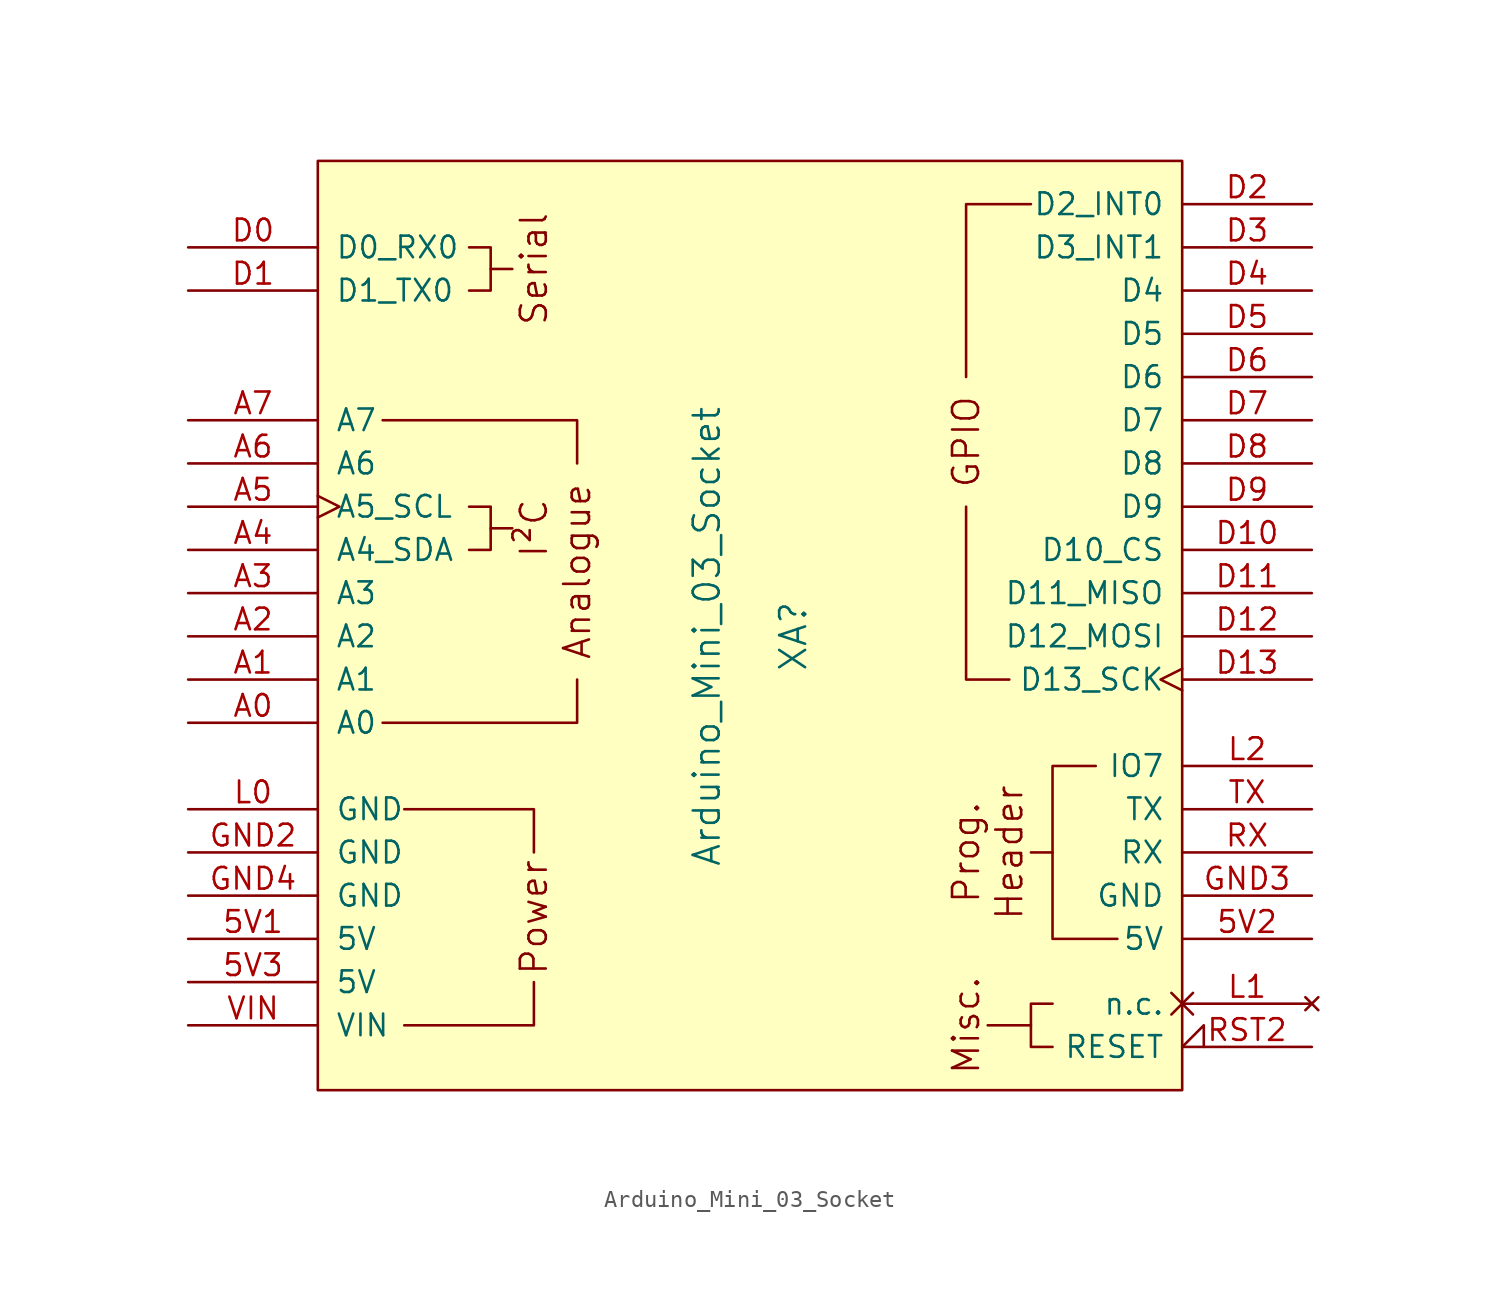
<source format=kicad_sym>
(kicad_symbol_lib
  (version 20211014)
  (generator kicad_symbol_editor)
  (symbol "Arduino_Mini_03_Socket"
    (pin_names
      (offset 1.016))
    (property "Reference" "XA"
      (at 2.54 0 90)
      (effects (font (size 1.524 1.524))))
    (property "Value" "Arduino_Mini_03_Socket"
      (at -2.54 0 90)
      (effects (font (size 1.524 1.524))))
    (symbol "Arduino_Mini_03_Socket_0_0"
      (rectangle (start -25.4 27.94) (end 25.4 -26.67) (stroke (width 0) (type default) (color 0 0 0 0)) (fill (type background)))
      (polyline (pts (xy -15.24 6.35) (xy -13.97 6.35)) (stroke (width 0) (type default) (color 0 0 0 0)) (fill (type none)))
      (polyline (pts (xy -15.24 21.59) (xy -13.97 21.59)) (stroke (width 0) (type default) (color 0 0 0 0)) (fill (type none)))
      (polyline (pts (xy 16.51 -22.86) (xy 13.97 -22.86)) (stroke (width 0) (type default) (color 0 0 0 0)) (fill (type none)))
      (polyline (pts (xy -20.32 -22.86) (xy -12.7 -22.86) (xy -12.7 -20.32)) (stroke (width 0) (type default) (color 0 0 0 0)) (fill (type none)))
      (polyline (pts (xy -12.7 -12.7) (xy -12.7 -10.16) (xy -20.32 -10.16)) (stroke (width 0) (type default) (color 0 0 0 0)) (fill (type none)))
      (polyline (pts (xy -10.16 -2.54) (xy -10.16 -5.08) (xy -21.59 -5.08)) (stroke (width 0) (type default) (color 0 0 0 0)) (fill (type none)))
      (polyline (pts (xy -10.16 10.16) (xy -10.16 12.7) (xy -21.59 12.7)) (stroke (width 0) (type default) (color 0 0 0 0)) (fill (type none)))
      (polyline (pts (xy 17.78 -12.7) (xy 17.78 -17.78) (xy 21.59 -17.78)) (stroke (width 0) (type default) (color 0 0 0 0)) (fill (type none)))
      (polyline (pts (xy -16.51 7.62) (xy -15.24 7.62) (xy -15.24 5.08) (xy -16.51 5.08)) (stroke (width 0) (type default) (color 0 0 0 0)) (fill (type none)))
      (polyline (pts (xy -16.51 22.86) (xy -15.24 22.86) (xy -15.24 20.32) (xy -16.51 20.32)) (stroke (width 0) (type default) (color 0 0 0 0)) (fill (type none)))
      (polyline (pts (xy 20.32 -7.62) (xy 17.78 -7.62) (xy 17.78 -12.7) (xy 16.51 -12.7)) (stroke (width 0) (type default) (color 0 0 0 0)) (fill (type none)))
      (text "Analogue" (at -10.16 3.81 900) (effects (font (size 1.524 1.524))))
      (text "Header" (at 15.24 -12.7 900) (effects (font (size 1.524 1.524))))
      (text "I²C" (at -12.7 6.35 900) (effects (font (size 1.524 1.524))))
      (text "Misc." (at 12.7 -22.86 900) (effects (font (size 1.524 1.524))))
      (text "Power" (at -12.7 -16.51 900) (effects (font (size 1.524 1.524))))
      (text "Prog." (at 12.7 -12.7 900) (effects (font (size 1.524 1.524))))
      (text "Serial" (at -12.7 21.59 900) (effects (font (size 1.524 1.524)))))
    (symbol "Arduino_Mini_03_Socket_0_1"
      (polyline (pts (xy 15.24 -2.54) (xy 12.7 -2.54) (xy 12.7 7.62)) (stroke (width 0) (type default) (color 0 0 0 0)) (fill (type none)))
      (polyline (pts (xy 16.51 25.4) (xy 12.7 25.4) (xy 12.7 15.24)) (stroke (width 0) (type default) (color 0 0 0 0)) (fill (type none)))
      (polyline (pts (xy 17.78 -21.59) (xy 16.51 -21.59) (xy 16.51 -24.13) (xy 17.78 -24.13)) (stroke (width 0) (type default) (color 0 0 0 0)) (fill (type none))))
    (symbol "Arduino_Mini_03_Socket_1_0"
      (text "GPIO" (at 12.7 11.43 900) (effects (font (size 1.524 1.524)))))
    (symbol "Arduino_Mini_03_Socket_1_1"
      (pin power_in line (at -33.02 -17.78 0) (length 7.62) (name "5V" (effects (font (size 1.27 1.27)))) (number "5V1" (effects (font (size 1.27 1.27)))))
      (pin power_in line (at 33.02 -17.78 180) (length 7.62) (name "5V" (effects (font (size 1.27 1.27)))) (number "5V2" (effects (font (size 1.27 1.27)))))
      (pin power_in line (at -33.02 -20.32 0) (length 7.62) (name "5V" (effects (font (size 1.27 1.27)))) (number "5V3" (effects (font (size 1.27 1.27)))))
      (pin bidirectional line (at -33.02 -5.08 0) (length 7.62) (name "A0" (effects (font (size 1.27 1.27)))) (number "A0" (effects (font (size 1.27 1.27)))))
      (pin bidirectional line (at -33.02 -2.54 0) (length 7.62) (name "A1" (effects (font (size 1.27 1.27)))) (number "A1" (effects (font (size 1.27 1.27)))))
      (pin bidirectional line (at -33.02 0 0) (length 7.62) (name "A2" (effects (font (size 1.27 1.27)))) (number "A2" (effects (font (size 1.27 1.27)))))
      (pin bidirectional line (at -33.02 2.54 0) (length 7.62) (name "A3" (effects (font (size 1.27 1.27)))) (number "A3" (effects (font (size 1.27 1.27)))))
      (pin bidirectional line (at -33.02 5.08 0) (length 7.62) (name "A4_SDA" (effects (font (size 1.27 1.27)))) (number "A4" (effects (font (size 1.27 1.27)))))
      (pin bidirectional clock (at -33.02 7.62 0) (length 7.62) (name "A5_SCL" (effects (font (size 1.27 1.27)))) (number "A5" (effects (font (size 1.27 1.27)))))
      (pin input line (at -33.02 10.16 0) (length 7.62) (name "A6" (effects (font (size 1.27 1.27)))) (number "A6" (effects (font (size 1.27 1.27)))))
      (pin input line (at -33.02 12.7 0) (length 7.62) (name "A7" (effects (font (size 1.27 1.27)))) (number "A7" (effects (font (size 1.27 1.27)))))
      (pin bidirectional line (at -33.02 22.86 0) (length 7.62) (name "D0_RX0" (effects (font (size 1.27 1.27)))) (number "D0" (effects (font (size 1.27 1.27)))))
      (pin bidirectional line (at -33.02 20.32 0) (length 7.62) (name "D1_TX0" (effects (font (size 1.27 1.27)))) (number "D1" (effects (font (size 1.27 1.27)))))
      (pin bidirectional line (at 33.02 5.08 180) (length 7.62) (name "D10_CS" (effects (font (size 1.27 1.27)))) (number "D10" (effects (font (size 1.27 1.27)))))
      (pin bidirectional line (at 33.02 2.54 180) (length 7.62) (name "D11_MISO" (effects (font (size 1.27 1.27)))) (number "D11" (effects (font (size 1.27 1.27)))))
      (pin bidirectional line (at 33.02 0 180) (length 7.62) (name "D12_MOSI" (effects (font (size 1.27 1.27)))) (number "D12" (effects (font (size 1.27 1.27)))))
      (pin bidirectional clock (at 33.02 -2.54 180) (length 7.62) (name "D13_SCK" (effects (font (size 1.27 1.27)))) (number "D13" (effects (font (size 1.27 1.27)))))
      (pin bidirectional line (at 33.02 25.4 180) (length 7.62) (name "D2_INT0" (effects (font (size 1.27 1.27)))) (number "D2" (effects (font (size 1.27 1.27)))))
      (pin bidirectional line (at 33.02 22.86 180) (length 7.62) (name "D3_INT1" (effects (font (size 1.27 1.27)))) (number "D3" (effects (font (size 1.27 1.27)))))
      (pin bidirectional line (at 33.02 20.32 180) (length 7.62) (name "D4" (effects (font (size 1.27 1.27)))) (number "D4" (effects (font (size 1.27 1.27)))))
      (pin bidirectional line (at 33.02 17.78 180) (length 7.62) (name "D5" (effects (font (size 1.27 1.27)))) (number "D5" (effects (font (size 1.27 1.27)))))
      (pin bidirectional line (at 33.02 15.24 180) (length 7.62) (name "D6" (effects (font (size 1.27 1.27)))) (number "D6" (effects (font (size 1.27 1.27)))))
      (pin bidirectional line (at 33.02 12.7 180) (length 7.62) (name "D7" (effects (font (size 1.27 1.27)))) (number "D7" (effects (font (size 1.27 1.27)))))
      (pin bidirectional line (at 33.02 10.16 180) (length 7.62) (name "D8" (effects (font (size 1.27 1.27)))) (number "D8" (effects (font (size 1.27 1.27)))))
      (pin bidirectional line (at 33.02 7.62 180) (length 7.62) (name "D9" (effects (font (size 1.27 1.27)))) (number "D9" (effects (font (size 1.27 1.27)))))
      (pin power_in line (at -33.02 -12.7 0) (length 7.62) (name "GND" (effects (font (size 1.27 1.27)))) (number "GND2" (effects (font (size 1.27 1.27)))))
      (pin power_in line (at 33.02 -15.24 180) (length 7.62) (name "GND" (effects (font (size 1.27 1.27)))) (number "GND3" (effects (font (size 1.27 1.27)))))
      (pin power_in line (at -33.02 -15.24 0) (length 7.62) (name "GND" (effects (font (size 1.27 1.27)))) (number "GND4" (effects (font (size 1.27 1.27)))))
      (pin power_in line (at -33.02 -10.16 0) (length 7.62) (name "GND" (effects (font (size 1.27 1.27)))) (number "L0" (effects (font (size 1.27 1.27)))))
      (pin no_connect non_logic (at 33.02 -21.59 180) (length 7.62) (name "n.c." (effects (font (size 1.27 1.27)))) (number "L1" (effects (font (size 1.27 1.27)))))
      (pin bidirectional line (at 33.02 -7.62 180) (length 7.62) (name "IO7" (effects (font (size 1.27 1.27)))) (number "L2" (effects (font (size 1.27 1.27)))))
      (pin open_collector input_low (at 33.02 -24.13 180) (length 7.62) (name "RESET" (effects (font (size 1.27 1.27)))) (number "RST2" (effects (font (size 1.27 1.27)))))
      (pin bidirectional line (at 33.02 -12.7 180) (length 7.62) (name "RX" (effects (font (size 1.27 1.27)))) (number "RX" (effects (font (size 1.27 1.27)))))
      (pin bidirectional line (at 33.02 -10.16 180) (length 7.62) (name "TX" (effects (font (size 1.27 1.27)))) (number "TX" (effects (font (size 1.27 1.27)))))
      (pin power_in line (at -33.02 -22.86 0) (length 7.62) (name "VIN" (effects (font (size 1.27 1.27)))) (number "VIN" (effects (font (size 1.27 1.27))))))))
</source>
